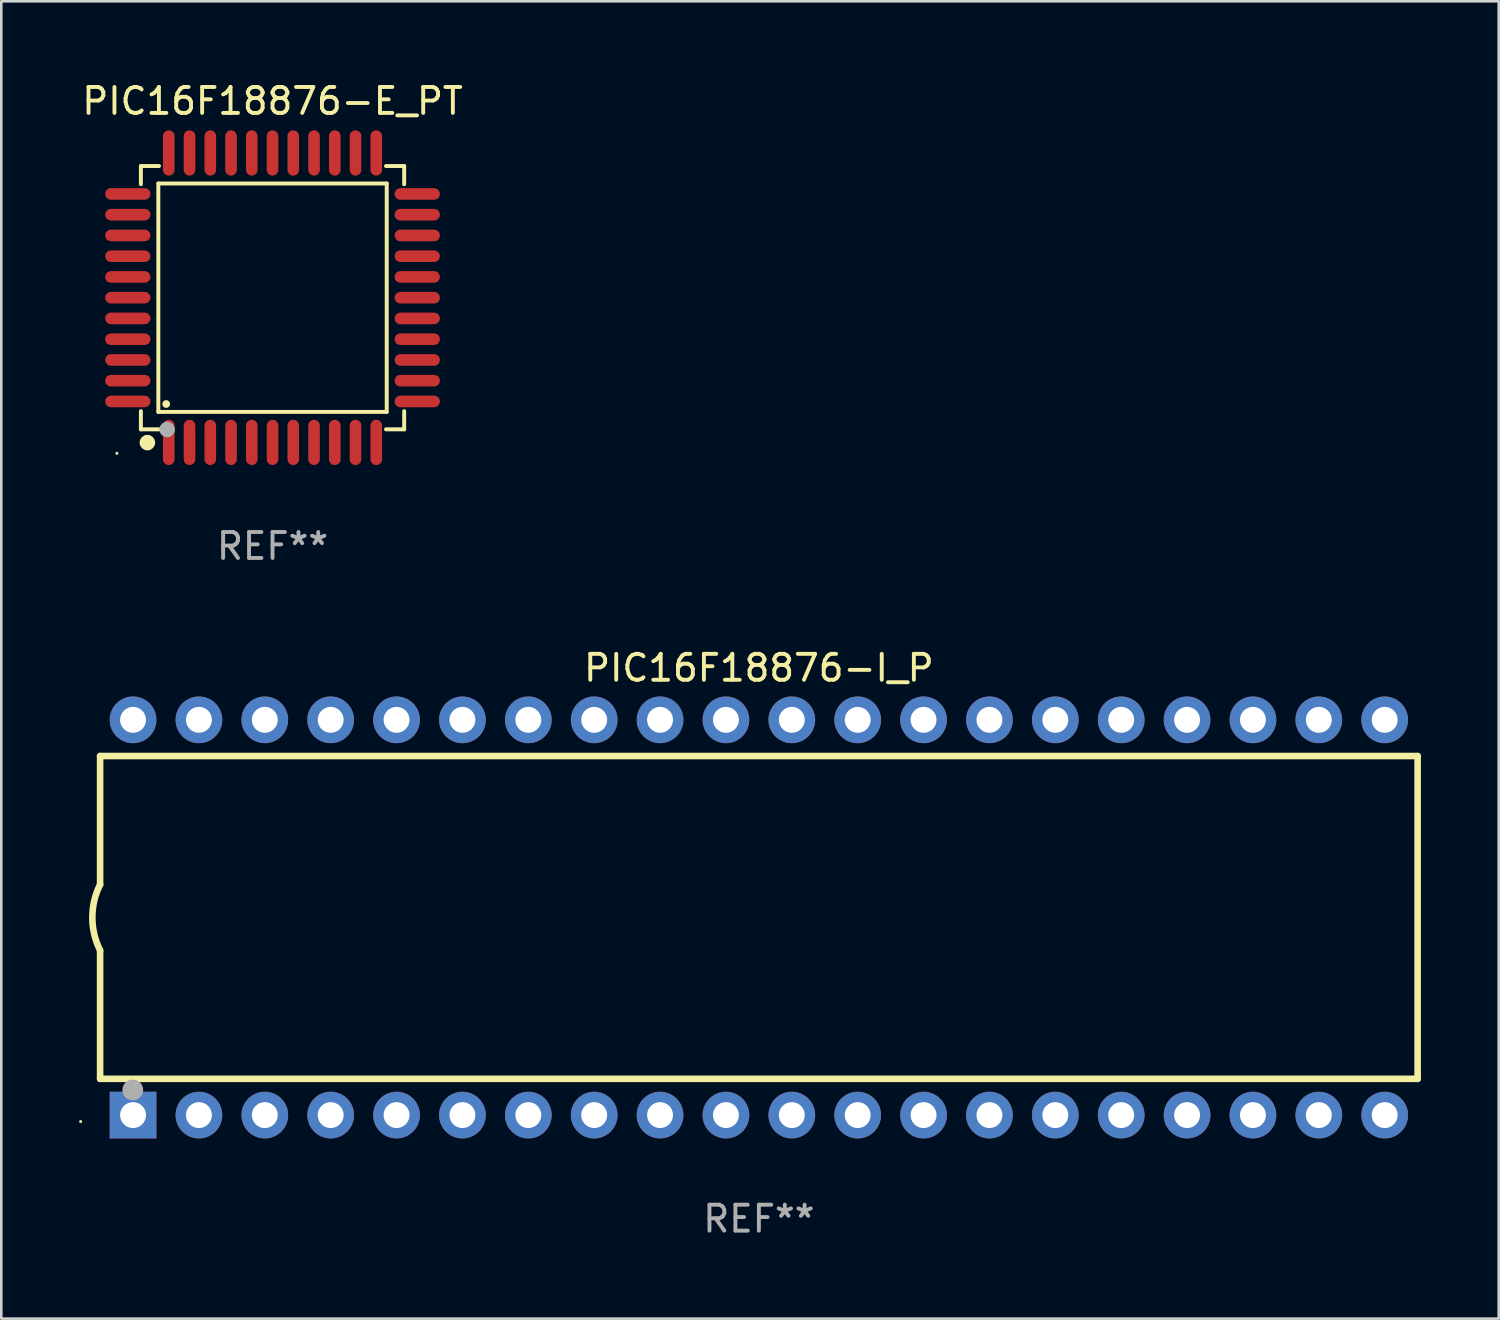
<source format=kicad_pcb>
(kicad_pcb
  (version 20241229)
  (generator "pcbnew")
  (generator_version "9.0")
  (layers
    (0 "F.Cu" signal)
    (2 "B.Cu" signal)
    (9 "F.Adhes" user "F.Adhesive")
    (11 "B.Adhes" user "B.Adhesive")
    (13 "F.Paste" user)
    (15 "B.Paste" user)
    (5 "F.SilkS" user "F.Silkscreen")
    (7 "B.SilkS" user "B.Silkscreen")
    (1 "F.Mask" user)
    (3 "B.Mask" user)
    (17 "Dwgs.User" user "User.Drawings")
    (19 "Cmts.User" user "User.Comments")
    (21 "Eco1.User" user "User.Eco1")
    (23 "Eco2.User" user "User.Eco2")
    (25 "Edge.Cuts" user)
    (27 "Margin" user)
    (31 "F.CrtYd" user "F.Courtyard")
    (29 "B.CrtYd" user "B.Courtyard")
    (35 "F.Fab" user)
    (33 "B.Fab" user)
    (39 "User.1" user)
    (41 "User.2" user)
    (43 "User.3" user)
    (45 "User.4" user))
  (footprint "PIC16F18876-E_PT"
    (layer "F.Cu")
    (at 7.458 8.428)
    (property "Reference" "PIC16F18876-E_PT" (at 0 -7.58 0) (layer "F.SilkS") (effects (font (size 1 1) (thickness 0.15))))
    (attr through_hole)
    (fp_line (start -5.076 -5.076) (end -5.076 -4.376) (stroke (width 0.152) (type solid)) (layer "F.SilkS"))
    (fp_line (start -5.076 5.076) (end -5.076 4.376) (stroke (width 0.152) (type solid)) (layer "F.SilkS"))
    (fp_line (start -4.403 -4.403) (end 4.403 -4.403) (stroke (width 0.152) (type solid)) (layer "F.SilkS"))
    (fp_line (start -4.403 4.403) (end -4.403 -4.403) (stroke (width 0.152) (type solid)) (layer "F.SilkS"))
    (fp_line (start -4.376 -5.076) (end -5.076 -5.076) (stroke (width 0.152) (type solid)) (layer "F.SilkS"))
    (fp_line (start -4.376 5.076) (end -5.076 5.076) (stroke (width 0.152) (type solid)) (layer "F.SilkS"))
    (fp_line (start 4.376 -5.076) (end 5.076 -5.076) (stroke (width 0.152) (type solid)) (layer "F.SilkS"))
    (fp_line (start 4.376 5.076) (end 5.076 5.076) (stroke (width 0.152) (type solid)) (layer "F.SilkS"))
    (fp_line (start 4.403 -4.403) (end 4.403 4.403) (stroke (width 0.152) (type solid)) (layer "F.SilkS"))
    (fp_line (start 4.403 4.403) (end -4.403 4.403) (stroke (width 0.152) (type solid)) (layer "F.SilkS"))
    (fp_line (start 5.076 -5.076) (end 5.076 -4.376) (stroke (width 0.152) (type solid)) (layer "F.SilkS"))
    (fp_line (start 5.076 5.076) (end 5.076 4.376) (stroke (width 0.152) (type solid)) (layer "F.SilkS"))
    (fp_circle (center -6 6) (end -5.97 6) (stroke (width 0.06) (type solid)) (fill no) (layer "F.SilkS"))
    (fp_circle (center -4.826 5.588) (end -4.676 5.588) (stroke (width 0.3) (type solid)) (fill no) (layer "F.SilkS"))
    (fp_circle (center -4.1 4.1) (end -4.025 4.1) (stroke (width 0.15) (type solid)) (fill no) (layer "F.SilkS"))
    (fp_circle (center -4.064 5.08) (end -3.914 5.08) (stroke (width 0.3) (type solid)) (fill no) (layer "F.Fab"))
    (fp_text user "REF**" (at 0 9.58 0) (layer "F.Fab") (effects (font (size 1 1) (thickness 0.15))))
    (pad "1" smd oval (at -4 5.58) (size 0.448 1.745) (layers "F.Cu" "F.Mask" "F.Paste"))
    (pad "2" smd oval (at -3.2 5.58) (size 0.448 1.745) (layers "F.Cu" "F.Mask" "F.Paste"))
    (pad "3" smd oval (at -2.4 5.58) (size 0.448 1.745) (layers "F.Cu" "F.Mask" "F.Paste"))
    (pad "4" smd oval (at -1.6 5.58) (size 0.448 1.745) (layers "F.Cu" "F.Mask" "F.Paste"))
    (pad "5" smd oval (at -0.8 5.58) (size 0.448 1.745) (layers "F.Cu" "F.Mask" "F.Paste"))
    (pad "6" smd oval (at 0 5.58) (size 0.448 1.745) (layers "F.Cu" "F.Mask" "F.Paste"))
    (pad "7" smd oval (at 0.8 5.58) (size 0.448 1.745) (layers "F.Cu" "F.Mask" "F.Paste"))
    (pad "8" smd oval (at 1.6 5.58) (size 0.448 1.745) (layers "F.Cu" "F.Mask" "F.Paste"))
    (pad "9" smd oval (at 2.4 5.58) (size 0.448 1.745) (layers "F.Cu" "F.Mask" "F.Paste"))
    (pad "10" smd oval (at 3.2 5.58) (size 0.448 1.745) (layers "F.Cu" "F.Mask" "F.Paste"))
    (pad "11" smd oval (at 4 5.58) (size 0.448 1.745) (layers "F.Cu" "F.Mask" "F.Paste"))
    (pad "12" smd oval (at 5.58 4) (size 1.745 0.448) (layers "F.Cu" "F.Mask" "F.Paste"))
    (pad "13" smd oval (at 5.58 3.2) (size 1.745 0.448) (layers "F.Cu" "F.Mask" "F.Paste"))
    (pad "14" smd oval (at 5.58 2.4) (size 1.745 0.448) (layers "F.Cu" "F.Mask" "F.Paste"))
    (pad "15" smd oval (at 5.58 1.6) (size 1.745 0.448) (layers "F.Cu" "F.Mask" "F.Paste"))
    (pad "16" smd oval (at 5.58 0.8) (size 1.745 0.448) (layers "F.Cu" "F.Mask" "F.Paste"))
    (pad "17" smd oval (at 5.58 0) (size 1.745 0.448) (layers "F.Cu" "F.Mask" "F.Paste"))
    (pad "18" smd oval (at 5.58 -0.8) (size 1.745 0.448) (layers "F.Cu" "F.Mask" "F.Paste"))
    (pad "19" smd oval (at 5.58 -1.6) (size 1.745 0.448) (layers "F.Cu" "F.Mask" "F.Paste"))
    (pad "20" smd oval (at 5.58 -2.4) (size 1.745 0.448) (layers "F.Cu" "F.Mask" "F.Paste"))
    (pad "21" smd oval (at 5.58 -3.2) (size 1.745 0.448) (layers "F.Cu" "F.Mask" "F.Paste"))
    (pad "22" smd oval (at 5.58 -4) (size 1.745 0.448) (layers "F.Cu" "F.Mask" "F.Paste"))
    (pad "23" smd oval (at 4 -5.58) (size 0.448 1.745) (layers "F.Cu" "F.Mask" "F.Paste"))
    (pad "24" smd oval (at 3.2 -5.58) (size 0.448 1.745) (layers "F.Cu" "F.Mask" "F.Paste"))
    (pad "25" smd oval (at 2.4 -5.58) (size 0.448 1.745) (layers "F.Cu" "F.Mask" "F.Paste"))
    (pad "26" smd oval (at 1.6 -5.58) (size 0.448 1.745) (layers "F.Cu" "F.Mask" "F.Paste"))
    (pad "27" smd oval (at 0.8 -5.58) (size 0.448 1.745) (layers "F.Cu" "F.Mask" "F.Paste"))
    (pad "28" smd oval (at 0 -5.58) (size 0.448 1.745) (layers "F.Cu" "F.Mask" "F.Paste"))
    (pad "29" smd oval (at -0.8 -5.58) (size 0.448 1.745) (layers "F.Cu" "F.Mask" "F.Paste"))
    (pad "30" smd oval (at -1.6 -5.58) (size 0.448 1.745) (layers "F.Cu" "F.Mask" "F.Paste"))
    (pad "31" smd oval (at -2.4 -5.58) (size 0.448 1.745) (layers "F.Cu" "F.Mask" "F.Paste"))
    (pad "32" smd oval (at -3.2 -5.58) (size 0.448 1.745) (layers "F.Cu" "F.Mask" "F.Paste"))
    (pad "33" smd oval (at -4 -5.58) (size 0.448 1.745) (layers "F.Cu" "F.Mask" "F.Paste"))
    (pad "34" smd oval (at -5.58 -4) (size 1.745 0.448) (layers "F.Cu" "F.Mask" "F.Paste"))
    (pad "35" smd oval (at -5.58 -3.2) (size 1.745 0.448) (layers "F.Cu" "F.Mask" "F.Paste"))
    (pad "36" smd oval (at -5.58 -2.4) (size 1.745 0.448) (layers "F.Cu" "F.Mask" "F.Paste"))
    (pad "37" smd oval (at -5.58 -1.6) (size 1.745 0.448) (layers "F.Cu" "F.Mask" "F.Paste"))
    (pad "38" smd oval (at -5.58 -0.8) (size 1.745 0.448) (layers "F.Cu" "F.Mask" "F.Paste"))
    (pad "39" smd oval (at -5.58 0) (size 1.745 0.448) (layers "F.Cu" "F.Mask" "F.Paste"))
    (pad "40" smd oval (at -5.58 0.8) (size 1.745 0.448) (layers "F.Cu" "F.Mask" "F.Paste"))
    (pad "41" smd oval (at -5.58 1.6) (size 1.745 0.448) (layers "F.Cu" "F.Mask" "F.Paste"))
    (pad "42" smd oval (at -5.58 2.4) (size 1.745 0.448) (layers "F.Cu" "F.Mask" "F.Paste"))
    (pad "43" smd oval (at -5.58 3.2) (size 1.745 0.448) (layers "F.Cu" "F.Mask" "F.Paste"))
    (pad "44" smd oval (at -5.58 4) (size 1.745 0.448) (layers "F.Cu" "F.Mask" "F.Paste")))
  (footprint "PIC16F18876-I_P"
    (layer "F.Cu")
    (at 26.21 32.325)
    (property "Reference" "PIC16F18876-I_P" (at 0 -9.62 0) (layer "F.SilkS") (effects (font (size 1 1) (thickness 0.15))))
    (attr through_hole)
    (fp_line (start -25.4 -6.224) (end -25.4 -1.271) (stroke (width 0.254) (type solid)) (layer "F.SilkS"))
    (fp_line (start -25.4 -6.224) (end 25.4 -6.224) (stroke (width 0.254) (type solid)) (layer "F.SilkS"))
    (fp_line (start -25.4 1.269) (end -25.4 6.222) (stroke (width 0.254) (type solid)) (layer "F.SilkS"))
    (fp_line (start -25.4 6.222) (end 25.4 6.222) (stroke (width 0.254) (type solid)) (layer "F.SilkS"))
    (fp_line (start 25.4 6.222) (end 25.4 -6.224) (stroke (width 0.254) (type solid)) (layer "F.SilkS"))
    (fp_arc (start -25.4 1.269241) (mid -25.699807 -0.000762) (end -25.4 -1.270765) (stroke (width 0.254001) (type solid)) (layer "F.SilkS"))
    (fp_circle (center -26.15 7.87) (end -26.12 7.87) (stroke (width 0.06) (type solid)) (fill no) (layer "F.SilkS"))
    (fp_circle (center -24.14 6.65) (end -23.94 6.65) (stroke (width 0.4) (type solid)) (fill no) (layer "F.Fab"))
    (fp_text user "REF**" (at 0 11.62 0) (layer "F.Fab") (effects (font (size 1 1) (thickness 0.15))))
    (pad "1" thru_hole rect (at -24.13 7.62 90) (size 1.8 1.8) (drill 1) (layers "*.Cu" "*.Mask"))
    (pad "2" thru_hole circle (at -21.59 7.62) (size 1.8 1.8) (drill 1) (layers "*.Cu" "*.Mask"))
    (pad "3" thru_hole circle (at -19.05 7.62) (size 1.8 1.8) (drill 1) (layers "*.Cu" "*.Mask"))
    (pad "4" thru_hole circle (at -16.51 7.62) (size 1.8 1.8) (drill 1) (layers "*.Cu" "*.Mask"))
    (pad "5" thru_hole circle (at -13.97 7.62) (size 1.8 1.8) (drill 1) (layers "*.Cu" "*.Mask"))
    (pad "6" thru_hole circle (at -11.43 7.62) (size 1.8 1.8) (drill 1) (layers "*.Cu" "*.Mask"))
    (pad "7" thru_hole circle (at -8.89 7.62) (size 1.8 1.8) (drill 1) (layers "*.Cu" "*.Mask"))
    (pad "8" thru_hole circle (at -6.35 7.62) (size 1.8 1.8) (drill 1) (layers "*.Cu" "*.Mask"))
    (pad "9" thru_hole circle (at -3.81 7.62) (size 1.8 1.8) (drill 1) (layers "*.Cu" "*.Mask"))
    (pad "10" thru_hole circle (at -1.27 7.62) (size 1.8 1.8) (drill 1) (layers "*.Cu" "*.Mask"))
    (pad "11" thru_hole circle (at 1.27 7.62) (size 1.8 1.8) (drill 1) (layers "*.Cu" "*.Mask"))
    (pad "12" thru_hole circle (at 3.81 7.62) (size 1.8 1.8) (drill 1) (layers "*.Cu" "*.Mask"))
    (pad "13" thru_hole circle (at 6.35 7.62) (size 1.8 1.8) (drill 1) (layers "*.Cu" "*.Mask"))
    (pad "14" thru_hole circle (at 8.89 7.62) (size 1.8 1.8) (drill 1) (layers "*.Cu" "*.Mask"))
    (pad "15" thru_hole circle (at 11.43 7.62) (size 1.8 1.8) (drill 1) (layers "*.Cu" "*.Mask"))
    (pad "16" thru_hole circle (at 13.97 7.62) (size 1.8 1.8) (drill 1) (layers "*.Cu" "*.Mask"))
    (pad "17" thru_hole circle (at 16.51 7.62) (size 1.8 1.8) (drill 1) (layers "*.Cu" "*.Mask"))
    (pad "18" thru_hole circle (at 19.05 7.62) (size 1.8 1.8) (drill 1) (layers "*.Cu" "*.Mask"))
    (pad "19" thru_hole circle (at 21.59 7.62) (size 1.8 1.8) (drill 1) (layers "*.Cu" "*.Mask"))
    (pad "20" thru_hole circle (at 24.13 7.62) (size 1.8 1.8) (drill 1) (layers "*.Cu" "*.Mask"))
    (pad "21" thru_hole circle (at 24.13 -7.62) (size 1.8 1.8) (drill 1) (layers "*.Cu" "*.Mask"))
    (pad "22" thru_hole circle (at 21.59 -7.62) (size 1.8 1.8) (drill 1) (layers "*.Cu" "*.Mask"))
    (pad "23" thru_hole circle (at 19.05 -7.62) (size 1.8 1.8) (drill 1) (layers "*.Cu" "*.Mask"))
    (pad "24" thru_hole circle (at 16.51 -7.62) (size 1.8 1.8) (drill 1) (layers "*.Cu" "*.Mask"))
    (pad "25" thru_hole circle (at 13.97 -7.62) (size 1.8 1.8) (drill 1) (layers "*.Cu" "*.Mask"))
    (pad "26" thru_hole circle (at 11.43 -7.62) (size 1.8 1.8) (drill 1) (layers "*.Cu" "*.Mask"))
    (pad "27" thru_hole circle (at 8.89 -7.62) (size 1.8 1.8) (drill 1) (layers "*.Cu" "*.Mask"))
    (pad "28" thru_hole circle (at 6.35 -7.62) (size 1.8 1.8) (drill 1) (layers "*.Cu" "*.Mask"))
    (pad "29" thru_hole circle (at 3.81 -7.62) (size 1.8 1.8) (drill 1) (layers "*.Cu" "*.Mask"))
    (pad "30" thru_hole circle (at 1.27 -7.62) (size 1.8 1.8) (drill 1) (layers "*.Cu" "*.Mask"))
    (pad "31" thru_hole circle (at -1.27 -7.62) (size 1.8 1.8) (drill 1) (layers "*.Cu" "*.Mask"))
    (pad "32" thru_hole circle (at -3.81 -7.62) (size 1.8 1.8) (drill 1) (layers "*.Cu" "*.Mask"))
    (pad "33" thru_hole circle (at -6.35 -7.62) (size 1.8 1.8) (drill 1) (layers "*.Cu" "*.Mask"))
    (pad "34" thru_hole circle (at -8.89 -7.62) (size 1.8 1.8) (drill 1) (layers "*.Cu" "*.Mask"))
    (pad "35" thru_hole circle (at -11.43 -7.62) (size 1.8 1.8) (drill 1) (layers "*.Cu" "*.Mask"))
    (pad "36" thru_hole circle (at -13.97 -7.62) (size 1.8 1.8) (drill 1) (layers "*.Cu" "*.Mask"))
    (pad "37" thru_hole circle (at -16.51 -7.62) (size 1.8 1.8) (drill 1) (layers "*.Cu" "*.Mask"))
    (pad "38" thru_hole circle (at -19.05 -7.62) (size 1.8 1.8) (drill 1) (layers "*.Cu" "*.Mask"))
    (pad "39" thru_hole circle (at -21.59 -7.62) (size 1.8 1.8) (drill 1) (layers "*.Cu" "*.Mask"))
    (pad "40" thru_hole circle (at -24.13 -7.62) (size 1.8 1.8) (drill 1) (layers "*.Cu" "*.Mask")))
  (gr_rect
    (start -3 -3)
    (end 54.737 47.793)
    (stroke (width 0.1) (type default))
    (fill no)
    (layer "Edge.Cuts")))
</source>
